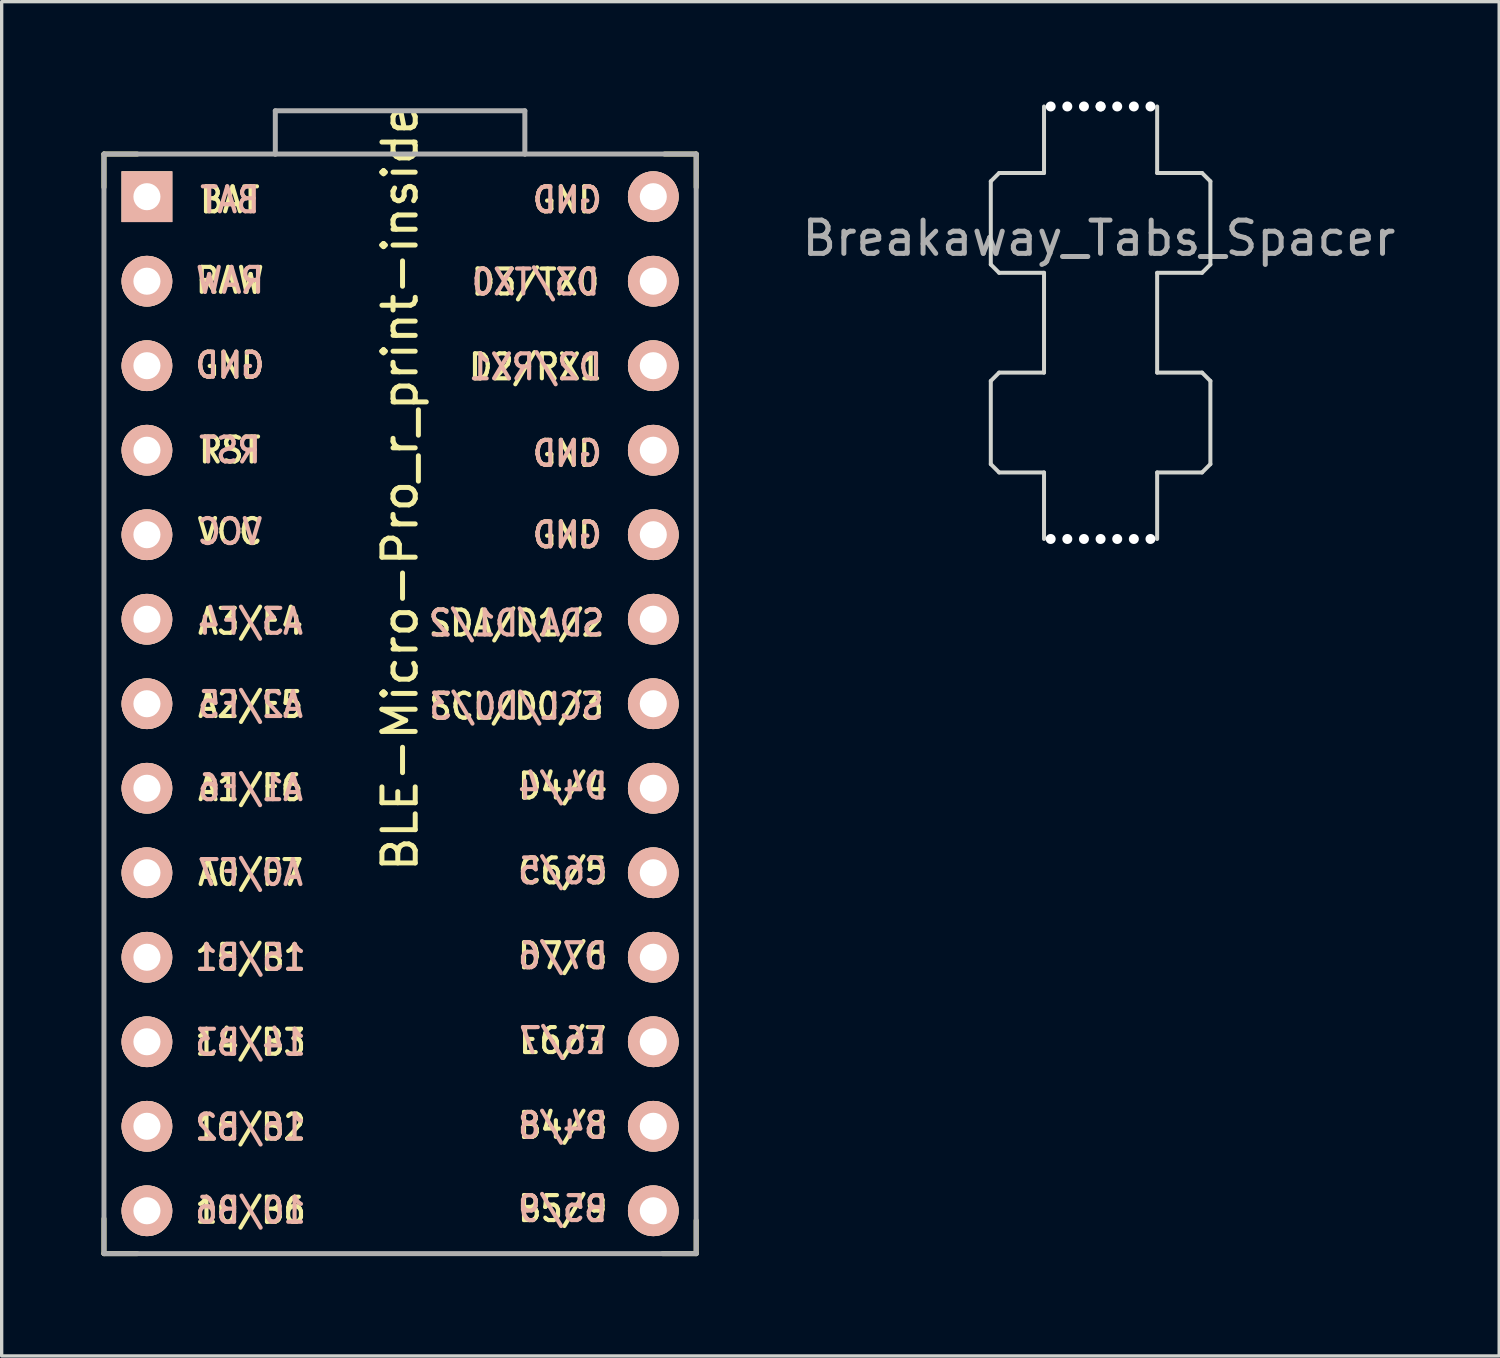
<source format=kicad_pcb>
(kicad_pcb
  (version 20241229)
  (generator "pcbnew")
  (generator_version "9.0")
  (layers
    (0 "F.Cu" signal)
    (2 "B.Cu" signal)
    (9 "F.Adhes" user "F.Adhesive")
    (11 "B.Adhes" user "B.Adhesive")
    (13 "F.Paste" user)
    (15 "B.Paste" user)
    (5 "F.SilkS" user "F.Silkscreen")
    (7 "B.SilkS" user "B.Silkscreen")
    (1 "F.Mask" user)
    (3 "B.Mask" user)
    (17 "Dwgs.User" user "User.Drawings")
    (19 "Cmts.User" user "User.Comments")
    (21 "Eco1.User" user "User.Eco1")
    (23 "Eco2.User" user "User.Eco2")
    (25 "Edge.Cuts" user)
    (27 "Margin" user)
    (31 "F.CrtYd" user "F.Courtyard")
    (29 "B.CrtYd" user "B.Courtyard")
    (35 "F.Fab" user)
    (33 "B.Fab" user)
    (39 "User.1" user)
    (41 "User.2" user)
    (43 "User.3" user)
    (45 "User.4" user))
  (footprint "BLE-Micro-Pro_r_print-inside"
    (layer "F.Cu")
    (at 8.975 19.88)
    (property "Reference" "BLE-Micro-Pro_r_print-inside" (at 0 -8.255 270) (layer "F.SilkS") (effects (font (size 1 1) (thickness 0.15))))
    (attr through_hole)
    (fp_line (start -8.9 -18.3) (end -8.9 -17.3) (stroke (width 0.15) (type solid)) (layer "F.SilkS"))
    (fp_line (start -8.9 -18.3) (end -7.9 -18.3) (stroke (width 0.15) (type solid)) (layer "F.SilkS"))
    (fp_line (start -8.9 13.7) (end -8.9 14.75) (stroke (width 0.15) (type solid)) (layer "F.SilkS"))
    (fp_line (start -8.9 14.75) (end -7.9 14.75) (stroke (width 0.15) (type solid)) (layer "F.SilkS"))
    (fp_line (start 8.9 -18.3) (end 7.95 -18.3) (stroke (width 0.15) (type solid)) (layer "F.SilkS"))
    (fp_line (start 8.9 -18.3) (end 8.9 -17.3) (stroke (width 0.15) (type solid)) (layer "F.SilkS"))
    (fp_line (start 8.9 13.75) (end 8.9 14.75) (stroke (width 0.15) (type solid)) (layer "F.SilkS"))
    (fp_line (start 8.9 14.75) (end 7.89 14.75) (stroke (width 0.15) (type solid)) (layer "F.SilkS"))
    (fp_line (start -8.9 -18.3) (end -3.75 -18.3) (stroke (width 0.15) (type solid)) (layer "F.Fab"))
    (fp_line (start -8.9 14.75) (end -8.9 -18.3) (stroke (width 0.15) (type solid)) (layer "F.Fab"))
    (fp_line (start -3.75 -19.6) (end -3.75 -18.299) (stroke (width 0.15) (type solid)) (layer "F.Fab"))
    (fp_line (start -3.75 -19.6) (end 3.75 -19.6) (stroke (width 0.15) (type solid)) (layer "F.Fab"))
    (fp_line (start -3.75 -18.3) (end 3.75 -18.3) (stroke (width 0.15) (type solid)) (layer "F.Fab"))
    (fp_line (start 3.75 -19.6) (end 3.75 -18.3) (stroke (width 0.15) (type solid)) (layer "F.Fab"))
    (fp_line (start 3.76 -18.3) (end 8.9 -18.3) (stroke (width 0.15) (type solid)) (layer "F.Fab"))
    (fp_line (start 8.9 -18.3) (end 8.9 14.75) (stroke (width 0.15) (type solid)) (layer "F.Fab"))
    (fp_line (start 8.9 14.75) (end -8.9 14.75) (stroke (width 0.15) (type solid)) (layer "F.Fab"))
    (fp_text user "10/B6" (at -4.495 13.45 0) (unlocked yes) (layer "F.SilkS") (effects (font (size 0.75 0.67) (thickness 0.125))))
    (fp_text user "D4/4" (at 4.89 0.7 0) (unlocked yes) (layer "F.SilkS") (effects (font (size 0.75 0.67) (thickness 0.125))))
    (fp_text user "D7/6" (at 4.89 5.8 0) (unlocked yes) (layer "F.SilkS") (effects (font (size 0.75 0.67) (thickness 0.125))))
    (fp_text user "C6/5" (at 4.89 3.25 0) (unlocked yes) (layer "F.SilkS") (effects (font (size 0.75 0.67) (thickness 0.125))))
    (fp_text user "BAT" (at -5.115 -16.92 0) (unlocked yes) (layer "F.SilkS") (effects (font (size 0.75 0.67) (thickness 0.125))))
    (fp_text user "A0/F7" (at -4.495 3.3 0) (unlocked yes) (layer "F.SilkS") (effects (font (size 0.75 0.67) (thickness 0.125))))
    (fp_text user "15/B1" (at -4.495 5.85 0) (unlocked yes) (layer "F.SilkS") (effects (font (size 0.75 0.67) (thickness 0.125))))
    (fp_text user "RST" (at -5.115 -9.4 0) (unlocked yes) (layer "F.SilkS") (effects (font (size 0.75 0.67) (thickness 0.125))))
    (fp_text user "GND" (at 5.025 -6.85 0) (unlocked yes) (layer "F.SilkS") (effects (font (size 0.75 0.67) (thickness 0.125))))
    (fp_text user "GND" (at 5.025 -9.3 0) (unlocked yes) (layer "F.SilkS") (effects (font (size 0.75 0.67) (thickness 0.125))))
    (fp_text user "SDA/D1/2" (at 3.5 -4.2 0) (unlocked yes) (layer "F.SilkS") (effects (font (size 0.75 0.67) (thickness 0.125))))
    (fp_text user "SCL/D0/3" (at 3.5 -1.7 0) (unlocked yes) (layer "F.SilkS") (effects (font (size 0.75 0.67) (thickness 0.125))))
    (fp_text user "A3/F4" (at -4.495 -4.25 0) (unlocked yes) (layer "F.SilkS") (effects (font (size 0.75 0.67) (thickness 0.125))))
    (fp_text user "GND" (at 5.025 -16.92 0) (unlocked yes) (layer "F.SilkS") (effects (font (size 0.75 0.67) (thickness 0.125))))
    (fp_text user "14/B3" (at -4.495 8.4 0) (unlocked yes) (layer "F.SilkS") (effects (font (size 0.75 0.67) (thickness 0.125))))
    (fp_text user "E6/7" (at 4.89 8.35 0) (unlocked yes) (layer "F.SilkS") (effects (font (size 0.75 0.67) (thickness 0.125))))
    (fp_text user "A2/F5" (at -4.495 -1.75 0) (unlocked yes) (layer "F.SilkS") (effects (font (size 0.75 0.67) (thickness 0.125))))
    (fp_text user "D3/TX0" (at 4.07 -14.45 0) (unlocked yes) (layer "F.SilkS") (effects (font (size 0.75 0.67) (thickness 0.125))))
    (fp_text user "VCC" (at -5.115 -6.95 0) (unlocked yes) (layer "F.SilkS") (effects (font (size 0.75 0.67) (thickness 0.125))))
    (fp_text user "RAW" (at -5.115 -14.5 0) (unlocked yes) (layer "F.SilkS") (effects (font (size 0.75 0.67) (thickness 0.125))))
    (fp_text user "A1/F6" (at -4.495 0.75 0) (unlocked yes) (layer "F.SilkS") (effects (font (size 0.75 0.67) (thickness 0.125))))
    (fp_text user "16/B2" (at -4.495 10.95 0) (unlocked yes) (layer "F.SilkS") (effects (font (size 0.75 0.67) (thickness 0.125))))
    (fp_text user "GND" (at -5.115 -11.95 0) (unlocked yes) (layer "F.SilkS") (effects (font (size 0.75 0.67) (thickness 0.125))))
    (fp_text user "B4/8" (at 4.89 10.9 0) (unlocked yes) (layer "F.SilkS") (effects (font (size 0.75 0.67) (thickness 0.125))))
    (fp_text user "B5/9" (at 4.89 13.4 0) (unlocked yes) (layer "F.SilkS") (effects (font (size 0.75 0.67) (thickness 0.125))))
    (fp_text user "D2/RX1" (at 4.07 -11.9 0) (unlocked yes) (layer "F.SilkS") (effects (font (size 0.75 0.67) (thickness 0.125))))
    (fp_text user "D3/TX0" (at 4.07 -14.45 0) (unlocked yes) (layer "B.SilkS") (effects (font (size 0.75 0.67) (thickness 0.125)) (justify mirror)))
    (fp_text user "RAW" (at -5.115 -14.5 0) (unlocked yes) (layer "B.SilkS") (effects (font (size 0.75 0.67) (thickness 0.125)) (justify mirror)))
    (fp_text user "BAT" (at -5.115 -16.92 0) (unlocked yes) (layer "B.SilkS") (effects (font (size 0.75 0.67) (thickness 0.125)) (justify mirror)))
    (fp_text user "D2/RX1" (at 4.07 -11.9 0) (unlocked yes) (layer "B.SilkS") (effects (font (size 0.75 0.67) (thickness 0.125)) (justify mirror)))
    (fp_text user "SCL/D0/3" (at 3.5 -1.7 0) (unlocked yes) (layer "B.SilkS") (effects (font (size 0.75 0.67) (thickness 0.125)) (justify mirror)))
    (fp_text user "E6/7" (at 4.89 8.35 0) (unlocked yes) (layer "B.SilkS") (effects (font (size 0.75 0.67) (thickness 0.125)) (justify mirror)))
    (fp_text user "SDA/D1/2" (at 3.5 -4.2 0) (unlocked yes) (layer "B.SilkS") (effects (font (size 0.75 0.67) (thickness 0.125)) (justify mirror)))
    (fp_text user "GND" (at -5.115 -11.95 0) (unlocked yes) (layer "B.SilkS") (effects (font (size 0.75 0.67) (thickness 0.125)) (justify mirror)))
    (fp_text user "GND" (at 5.025 -16.92 0) (unlocked yes) (layer "B.SilkS") (effects (font (size 0.75 0.67) (thickness 0.125)) (justify mirror)))
    (fp_text user "10/B6" (at -4.495 13.45 0) (unlocked yes) (layer "B.SilkS") (effects (font (size 0.75 0.67) (thickness 0.125)) (justify mirror)))
    (fp_text user "B4/8" (at 4.89 10.9 0) (unlocked yes) (layer "B.SilkS") (effects (font (size 0.75 0.67) (thickness 0.125)) (justify mirror)))
    (fp_text user "B5/9" (at 4.89 13.4 0) (unlocked yes) (layer "B.SilkS") (effects (font (size 0.75 0.67) (thickness 0.125)) (justify mirror)))
    (fp_text user "VCC" (at -5.115 -6.95 0) (unlocked yes) (layer "B.SilkS") (effects (font (size 0.75 0.67) (thickness 0.125)) (justify mirror)))
    (fp_text user "GND" (at 5.025 -9.3 0) (unlocked yes) (layer "B.SilkS") (effects (font (size 0.75 0.67) (thickness 0.125)) (justify mirror)))
    (fp_text user "GND" (at 5.025 -6.85 0) (unlocked yes) (layer "B.SilkS") (effects (font (size 0.75 0.67) (thickness 0.125)) (justify mirror)))
    (fp_text user "D4/4" (at 4.89 0.7 0) (unlocked yes) (layer "B.SilkS") (effects (font (size 0.75 0.67) (thickness 0.125)) (justify mirror)))
    (fp_text user "16/B2" (at -4.495 10.95 0) (unlocked yes) (layer "B.SilkS") (effects (font (size 0.75 0.67) (thickness 0.125)) (justify mirror)))
    (fp_text user "A0/F7" (at -4.495 3.3 0) (unlocked yes) (layer "B.SilkS") (effects (font (size 0.75 0.67) (thickness 0.125)) (justify mirror)))
    (fp_text user "A1/F6" (at -4.495 0.75 0) (unlocked yes) (layer "B.SilkS") (effects (font (size 0.75 0.67) (thickness 0.125)) (justify mirror)))
    (fp_text user "A2/F5" (at -4.495 -1.75 0) (unlocked yes) (layer "B.SilkS") (effects (font (size 0.75 0.67) (thickness 0.125)) (justify mirror)))
    (fp_text user "RST" (at -5.115 -9.4 0) (unlocked yes) (layer "B.SilkS") (effects (font (size 0.75 0.67) (thickness 0.125)) (justify mirror)))
    (fp_text user "C6/5" (at 4.89 3.25 0) (unlocked yes) (layer "B.SilkS") (effects (font (size 0.75 0.67) (thickness 0.125)) (justify mirror)))
    (fp_text user "15/B1" (at -4.495 5.85 0) (unlocked yes) (layer "B.SilkS") (effects (font (size 0.75 0.67) (thickness 0.125)) (justify mirror)))
    (fp_text user "A3/F4" (at -4.495 -4.25 0) (unlocked yes) (layer "B.SilkS") (effects (font (size 0.75 0.67) (thickness 0.125)) (justify mirror)))
    (fp_text user "D7/6" (at 4.89 5.8 0) (unlocked yes) (layer "B.SilkS") (effects (font (size 0.75 0.67) (thickness 0.125)) (justify mirror)))
    (fp_text user "14/B3" (at -4.495 8.4 0) (unlocked yes) (layer "B.SilkS") (effects (font (size 0.75 0.67) (thickness 0.125)) (justify mirror)))
    (pad "1" thru_hole circle (at 7.611 -14.478) (size 1.524 1.524) (drill 0.813) (layers "*.Cu" "*.SilkS" "*.Mask"))
    (pad "2" thru_hole circle (at 7.611 -11.938) (size 1.524 1.524) (drill 0.813) (layers "*.Cu" "*.SilkS" "*.Mask"))
    (pad "3" thru_hole circle (at 7.611 -9.398) (size 1.524 1.524) (drill 0.813) (layers "*.Cu" "*.SilkS" "*.Mask"))
    (pad "4" thru_hole circle (at 7.611 -6.858) (size 1.524 1.524) (drill 0.813) (layers "*.Cu" "*.SilkS" "*.Mask"))
    (pad "5" thru_hole circle (at 7.611 -4.318) (size 1.524 1.524) (drill 0.813) (layers "*.Cu" "*.SilkS" "*.Mask"))
    (pad "6" thru_hole circle (at 7.611 -1.778) (size 1.524 1.524) (drill 0.813) (layers "*.Cu" "*.SilkS" "*.Mask"))
    (pad "7" thru_hole circle (at 7.611 0.762) (size 1.524 1.524) (drill 0.813) (layers "*.Cu" "*.SilkS" "*.Mask"))
    (pad "8" thru_hole circle (at 7.611 3.302) (size 1.524 1.524) (drill 0.813) (layers "*.Cu" "*.SilkS" "*.Mask"))
    (pad "9" thru_hole circle (at 7.611 5.842) (size 1.524 1.524) (drill 0.813) (layers "*.Cu" "*.SilkS" "*.Mask"))
    (pad "10" thru_hole circle (at 7.611 8.382) (size 1.524 1.524) (drill 0.813) (layers "*.Cu" "*.SilkS" "*.Mask"))
    (pad "11" thru_hole circle (at 7.611 10.922) (size 1.524 1.524) (drill 0.813) (layers "*.Cu" "*.SilkS" "*.Mask"))
    (pad "12" thru_hole circle (at 7.611 13.462) (size 1.524 1.524) (drill 0.813) (layers "*.Cu" "*.SilkS" "*.Mask"))
    (pad "13" thru_hole circle (at -7.609 13.462) (size 1.524 1.524) (drill 0.813) (layers "*.Cu" "*.SilkS" "*.Mask"))
    (pad "14" thru_hole circle (at -7.609 10.922) (size 1.524 1.524) (drill 0.813) (layers "*.Cu" "*.SilkS" "*.Mask"))
    (pad "15" thru_hole circle (at -7.609 8.382) (size 1.524 1.524) (drill 0.813) (layers "*.Cu" "*.SilkS" "*.Mask"))
    (pad "16" thru_hole circle (at -7.609 5.842) (size 1.524 1.524) (drill 0.813) (layers "*.Cu" "*.SilkS" "*.Mask"))
    (pad "17" thru_hole circle (at -7.609 3.302) (size 1.524 1.524) (drill 0.813) (layers "*.Cu" "*.SilkS" "*.Mask"))
    (pad "18" thru_hole circle (at -7.609 0.762) (size 1.524 1.524) (drill 0.813) (layers "*.Cu" "*.SilkS" "*.Mask"))
    (pad "19" thru_hole circle (at -7.609 -1.778) (size 1.524 1.524) (drill 0.813) (layers "*.Cu" "*.SilkS" "*.Mask"))
    (pad "20" thru_hole circle (at -7.609 -4.318) (size 1.524 1.524) (drill 0.813) (layers "*.Cu" "*.SilkS" "*.Mask"))
    (pad "21" thru_hole circle (at -7.609 -6.858) (size 1.524 1.524) (drill 0.813) (layers "*.Cu" "*.SilkS" "*.Mask"))
    (pad "22" thru_hole circle (at -7.609 -9.398) (size 1.524 1.524) (drill 0.813) (layers "*.Cu" "*.SilkS" "*.Mask"))
    (pad "23" thru_hole circle (at -7.609 -11.938) (size 1.524 1.524) (drill 0.813) (layers "*.Cu" "*.SilkS" "*.Mask"))
    (pad "24" thru_hole circle (at -7.609 -14.478) (size 1.524 1.524) (drill 0.813) (layers "*.Cu" "*.SilkS" "*.Mask"))
    (pad "25" thru_hole rect (at -7.609 -17.018) (size 1.524 1.524) (drill 0.813) (layers "*.Cu" "*.SilkS" "*.Mask"))
    (pad "26" thru_hole circle (at 7.611 -17.018) (size 1.524 1.524) (drill 0.813) (layers "*.Cu" "*.SilkS" "*.Mask")))
  (footprint "Breakaway_Tabs_Spacer"
    (layer "F.Cu")
    (at 30.03 6.65)
    (property "Reference" "Breakaway_Tabs_Spacer" (at -0.05 -2.54 0) (layer "F.Fab") (effects (font (size 1 1) (thickness 0.15))))
    (attr through_hole)
    (fp_line (start -3.3 -4.25) (end -3.3 -1.75) (stroke (width 0.12) (type solid)) (layer "Edge.Cuts"))
    (fp_line (start -3.3 1.75) (end -3.3 4.25) (stroke (width 0.12) (type solid)) (layer "Edge.Cuts"))
    (fp_line (start -3.3 4.25) (end -3.05 4.5) (stroke (width 0.12) (type solid)) (layer "Edge.Cuts"))
    (fp_line (start -3.05 -4.5) (end -3.3 -4.25) (stroke (width 0.12) (type solid)) (layer "Edge.Cuts"))
    (fp_line (start -3.05 -4.5) (end -1.7 -4.5) (stroke (width 0.12) (type solid)) (layer "Edge.Cuts"))
    (fp_line (start -3.05 -1.5) (end -3.3 -1.75) (stroke (width 0.12) (type solid)) (layer "Edge.Cuts"))
    (fp_line (start -3.05 -1.5) (end -1.7 -1.5) (stroke (width 0.12) (type solid)) (layer "Edge.Cuts"))
    (fp_line (start -3.05 1.5) (end -3.3 1.75) (stroke (width 0.12) (type solid)) (layer "Edge.Cuts"))
    (fp_line (start -3.05 1.5) (end -1.7 1.5) (stroke (width 0.12) (type solid)) (layer "Edge.Cuts"))
    (fp_line (start -3.05 4.5) (end -1.7 4.5) (stroke (width 0.12) (type solid)) (layer "Edge.Cuts"))
    (fp_line (start -1.7 -4.5) (end -1.7 -6.5) (stroke (width 0.12) (type solid)) (layer "Edge.Cuts"))
    (fp_line (start -1.7 1.5) (end -1.7 -1.5) (stroke (width 0.12) (type solid)) (layer "Edge.Cuts"))
    (fp_line (start -1.7 6.5) (end -1.7 4.5) (stroke (width 0.12) (type solid)) (layer "Edge.Cuts"))
    (fp_line (start 1.7 -6.5) (end 1.7 -4.5) (stroke (width 0.12) (type solid)) (layer "Edge.Cuts"))
    (fp_line (start 1.7 -1.5) (end 1.7 1.5) (stroke (width 0.12) (type solid)) (layer "Edge.Cuts"))
    (fp_line (start 1.7 4.5) (end 1.7 6.5) (stroke (width 0.12) (type solid)) (layer "Edge.Cuts"))
    (fp_line (start 3.05 -4.5) (end 1.7 -4.5) (stroke (width 0.12) (type solid)) (layer "Edge.Cuts"))
    (fp_line (start 3.05 -1.5) (end 1.7 -1.5) (stroke (width 0.12) (type solid)) (layer "Edge.Cuts"))
    (fp_line (start 3.05 -1.5) (end 3.3 -1.75) (stroke (width 0.12) (type solid)) (layer "Edge.Cuts"))
    (fp_line (start 3.05 1.5) (end 1.7 1.5) (stroke (width 0.12) (type solid)) (layer "Edge.Cuts"))
    (fp_line (start 3.05 1.5) (end 3.3 1.75) (stroke (width 0.12) (type solid)) (layer "Edge.Cuts"))
    (fp_line (start 3.05 4.5) (end 1.7 4.5) (stroke (width 0.12) (type solid)) (layer "Edge.Cuts"))
    (fp_line (start 3.05 4.5) (end 3.3 4.25) (stroke (width 0.12) (type solid)) (layer "Edge.Cuts"))
    (fp_line (start 3.3 -4.25) (end 3.05 -4.5) (stroke (width 0.12) (type solid)) (layer "Edge.Cuts"))
    (fp_line (start 3.3 -1.75) (end 3.3 -4.25) (stroke (width 0.12) (type solid)) (layer "Edge.Cuts"))
    (fp_line (start 3.3 4.25) (end 3.3 1.75) (stroke (width 0.12) (type solid)) (layer "Edge.Cuts"))
    (pad "" np_thru_hole circle (at -1.5 -6.5 90) (size 0.3 0.3) (drill 0.3) (layers "*.Cu" "*.Mask"))
    (pad "" np_thru_hole circle (at -1.5 6.5 90) (size 0.3 0.3) (drill 0.3) (layers "*.Cu" "*.Mask"))
    (pad "" np_thru_hole circle (at -1 -6.5) (size 0.3 0.3) (drill 0.3) (layers "*.Cu" "*.Mask"))
    (pad "" np_thru_hole circle (at -1 6.5) (size 0.3 0.3) (drill 0.3) (layers "*.Cu" "*.Mask"))
    (pad "" np_thru_hole circle (at -0.5 -6.5) (size 0.3 0.3) (drill 0.3) (layers "*.Cu" "*.Mask"))
    (pad "" np_thru_hole circle (at -0.5 6.5) (size 0.3 0.3) (drill 0.3) (layers "*.Cu" "*.Mask"))
    (pad "" np_thru_hole circle (at 0 -6.5 270) (size 0.3 0.3) (drill 0.3) (layers "*.Cu" "*.Mask"))
    (pad "" np_thru_hole circle (at 0 -6.5 270) (size 0.3 0.3) (drill 0.3) (layers "*.Cu" "*.Mask"))
    (pad "" np_thru_hole circle (at 0 6.5 270) (size 0.3 0.3) (drill 0.3) (layers "*.Cu" "*.Mask"))
    (pad "" np_thru_hole circle (at 0.5 -6.5 180) (size 0.3 0.3) (drill 0.3) (layers "*.Cu" "*.Mask"))
    (pad "" np_thru_hole circle (at 0.5 6.5 180) (size 0.3 0.3) (drill 0.3) (layers "*.Cu" "*.Mask"))
    (pad "" np_thru_hole circle (at 1 -6.5 180) (size 0.3 0.3) (drill 0.3) (layers "*.Cu" "*.Mask"))
    (pad "" np_thru_hole circle (at 1 6.5 180) (size 0.3 0.3) (drill 0.3) (layers "*.Cu" "*.Mask"))
    (pad "" np_thru_hole circle (at 1.5 -6.5 270) (size 0.3 0.3) (drill 0.3) (layers "*.Cu" "*.Mask"))
    (pad "" np_thru_hole circle (at 1.5 6.5 270) (size 0.3 0.3) (drill 0.3) (layers "*.Cu" "*.Mask")))
  (gr_rect
    (start -3 -3)
    (end 42.01 37.705)
    (stroke (width 0.1) (type default))
    (fill no)
    (layer "Edge.Cuts")))
</source>
